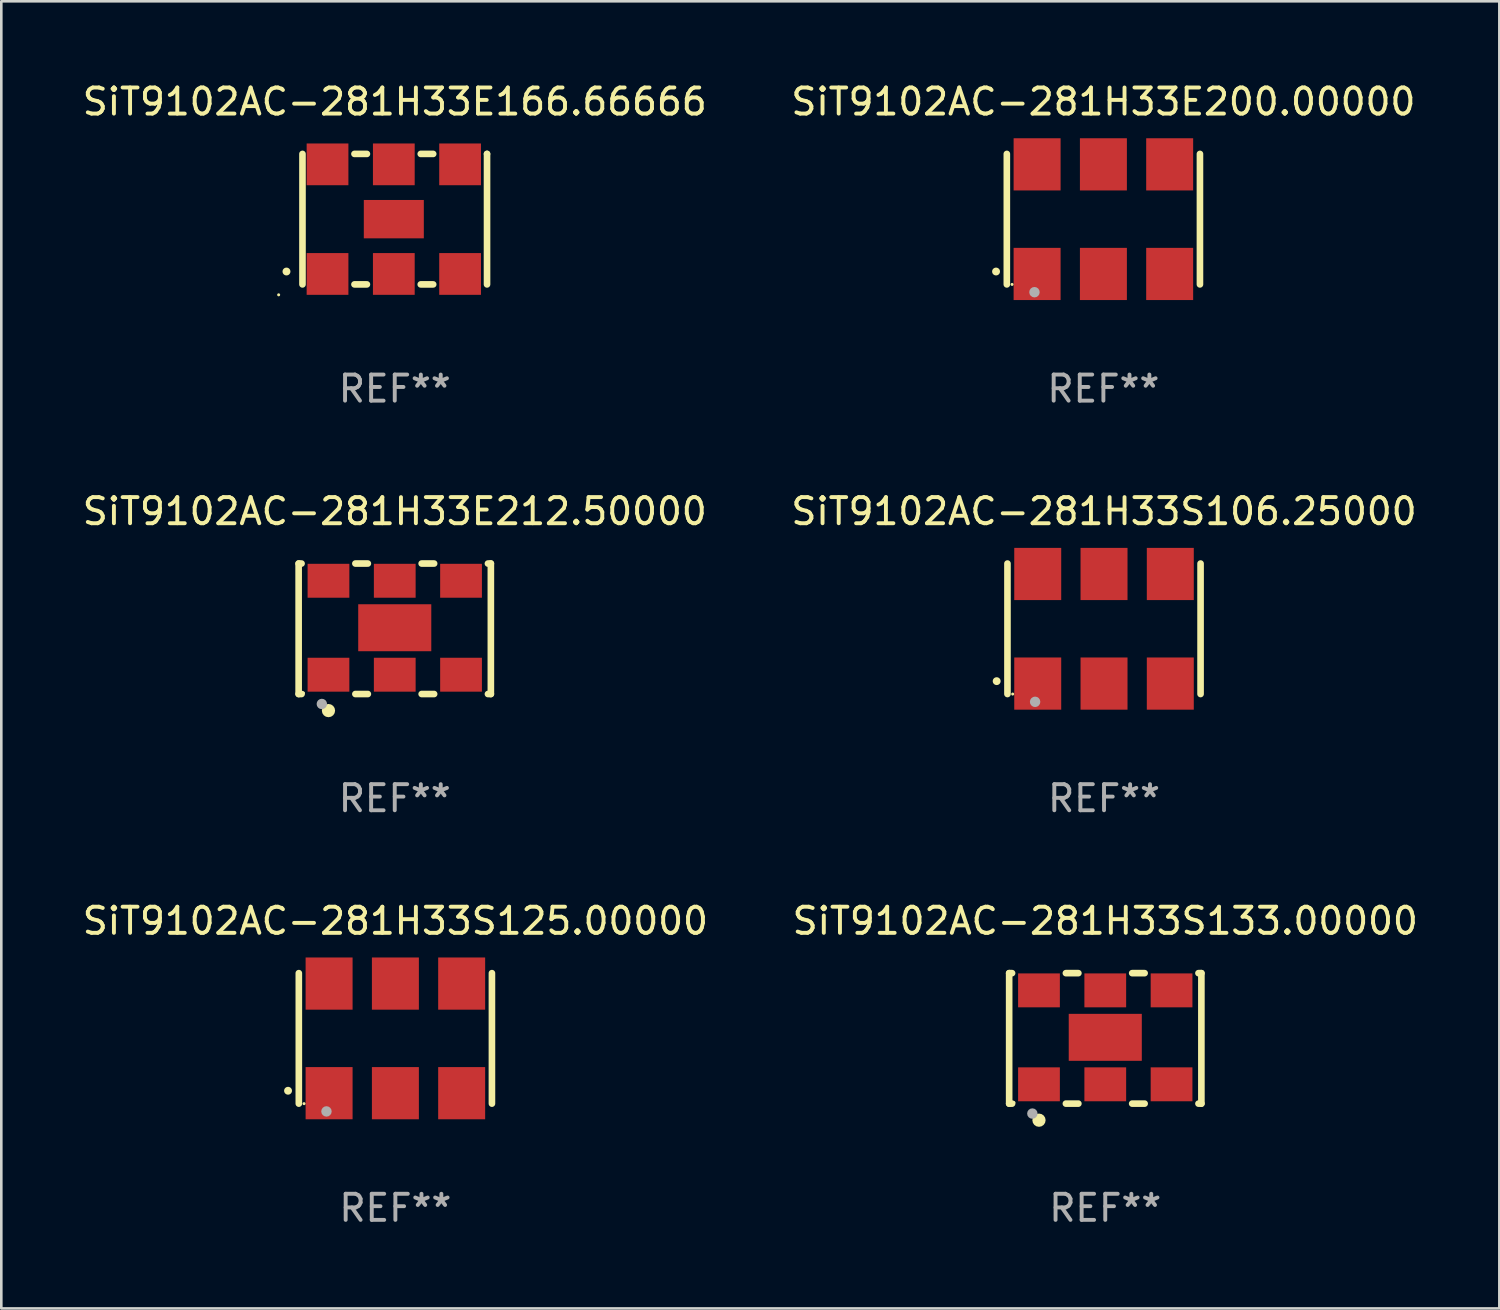
<source format=kicad_pcb>
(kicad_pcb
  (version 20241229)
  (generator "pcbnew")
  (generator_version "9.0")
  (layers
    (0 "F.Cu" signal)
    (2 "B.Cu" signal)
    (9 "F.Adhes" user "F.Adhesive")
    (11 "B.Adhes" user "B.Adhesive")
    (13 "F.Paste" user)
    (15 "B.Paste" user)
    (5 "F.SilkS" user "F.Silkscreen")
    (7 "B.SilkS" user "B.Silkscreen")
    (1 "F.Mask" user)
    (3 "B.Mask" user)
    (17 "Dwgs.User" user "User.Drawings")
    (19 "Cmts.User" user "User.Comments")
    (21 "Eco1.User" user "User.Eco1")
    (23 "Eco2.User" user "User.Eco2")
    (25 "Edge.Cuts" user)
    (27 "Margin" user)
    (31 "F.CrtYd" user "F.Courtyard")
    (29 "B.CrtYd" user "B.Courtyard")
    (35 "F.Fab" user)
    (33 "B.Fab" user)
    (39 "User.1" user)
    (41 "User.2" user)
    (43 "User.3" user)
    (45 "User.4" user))
  (footprint "SiT9102AC-281H33S133.00000"
    (layer "F.Cu")
    (at 39.304 36.741)
    (property "Reference" "SiT9102AC-281H33S133.00000" (at 0 -4.5 0) (layer "F.SilkS") (effects (font (size 1 1) (thickness 0.15))))
    (attr through_hole)
    (fp_line (start -3.683 -2.5) (end -3.571 -2.5) (stroke (width 0.254) (type solid)) (layer "F.SilkS"))
    (fp_line (start -3.683 2.5) (end -3.683 -2.5) (stroke (width 0.254) (type solid)) (layer "F.SilkS"))
    (fp_line (start -3.683 2.5) (end -3.571 2.5) (stroke (width 0.254) (type solid)) (layer "F.SilkS"))
    (fp_line (start -1.509 -2.5) (end -1.031 -2.5) (stroke (width 0.254) (type solid)) (layer "F.SilkS"))
    (fp_line (start -1.509 2.5) (end -1.031 2.5) (stroke (width 0.254) (type solid)) (layer "F.SilkS"))
    (fp_line (start 1.031 -2.5) (end 1.509 -2.5) (stroke (width 0.254) (type solid)) (layer "F.SilkS"))
    (fp_line (start 1.031 2.5) (end 1.509 2.5) (stroke (width 0.254) (type solid)) (layer "F.SilkS"))
    (fp_line (start 3.571 -2.5) (end 3.683 -2.5) (stroke (width 0.254) (type solid)) (layer "F.SilkS"))
    (fp_line (start 3.571 2.5) (end 3.683 2.5) (stroke (width 0.254) (type solid)) (layer "F.SilkS"))
    (fp_line (start 3.683 2.5) (end 3.683 -2.5) (stroke (width 0.254) (type solid)) (layer "F.SilkS"))
    (fp_circle (center -3.5 2.46) (end -3.47 2.46) (stroke (width 0.06) (type solid)) (fill no) (layer "F.SilkS"))
    (fp_circle (center -2.54 3.135) (end -2.413 3.135) (stroke (width 0.254) (type solid)) (fill no) (layer "F.SilkS"))
    (fp_circle (center -2.794 2.881) (end -2.694 2.881) (stroke (width 0.2) (type solid)) (fill no) (layer "F.Fab"))
    (fp_text user "REF**" (at 0 6.5 0) (layer "F.Fab") (effects (font (size 1 1) (thickness 0.15))))
    (pad "1" smd rect (at -2.54 1.76) (size 1.6 1.3) (layers "F.Cu" "F.Mask" "F.Paste"))
    (pad "2" smd rect (at 0 1.76) (size 1.6 1.3) (layers "F.Cu" "F.Mask" "F.Paste"))
    (pad "3" smd rect (at 2.54 1.76) (size 1.6 1.3) (layers "F.Cu" "F.Mask" "F.Paste"))
    (pad "4" smd rect (at 2.54 -1.84) (size 1.6 1.3) (layers "F.Cu" "F.Mask" "F.Paste"))
    (pad "5" smd rect (at 0 -1.84) (size 1.6 1.3) (layers "F.Cu" "F.Mask" "F.Paste"))
    (pad "6" smd rect (at -2.54 -1.84) (size 1.6 1.3) (layers "F.Cu" "F.Mask" "F.Paste"))
    (pad "7" smd rect (at 0 -0.04) (size 2.8 1.8) (layers "F.Cu" "F.Mask" "F.Paste")))
  (footprint "SiT9102AC-281H33S106.25000"
    (layer "F.Cu")
    (at 39.256 21.045)
    (property "Reference" "SiT9102AC-281H33S106.25000" (at 0 -4.5 0) (layer "F.SilkS") (effects (font (size 1 1) (thickness 0.15))))
    (attr through_hole)
    (fp_line (start -3.7 -2.5) (end -3.7 2.5) (stroke (width 0.254) (type solid)) (layer "F.SilkS"))
    (fp_line (start 3.7 -2.5) (end 3.7 2.5) (stroke (width 0.254) (type solid)) (layer "F.SilkS"))
    (fp_arc (start -4.114415 2.006604) (mid -4.113145 2.006599) (end -4.111875 2.006604) (stroke (width 0.3) (type solid)) (layer "F.SilkS"))
    (fp_circle (center -3.5 2.501) (end -3.47 2.501) (stroke (width 0.06) (type solid)) (fill no) (layer "F.SilkS"))
    (fp_circle (center -2.641 2.799) (end -2.541 2.799) (stroke (width 0.2) (type solid)) (fill no) (layer "F.Fab"))
    (fp_text user "REF**" (at 0 6.5 0) (layer "F.Fab") (effects (font (size 1 1) (thickness 0.15))))
    (pad "1" smd rect (at -2.54 2.1) (size 1.8 2) (layers "F.Cu" "F.Mask" "F.Paste"))
    (pad "2" smd rect (at 0.000394 2.1) (size 1.8 2) (layers "F.Cu" "F.Mask" "F.Paste"))
    (pad "3" smd rect (at 2.54 2.1) (size 1.8 2) (layers "F.Cu" "F.Mask" "F.Paste"))
    (pad "4" smd rect (at 2.54 -2.1) (size 1.8 2) (layers "F.Cu" "F.Mask" "F.Paste"))
    (pad "5" smd rect (at 0.000394 -2.1) (size 1.8 2) (layers "F.Cu" "F.Mask" "F.Paste"))
    (pad "6" smd rect (at -2.54 -2.1) (size 1.8 2) (layers "F.Cu" "F.Mask" "F.Paste")))
  (footprint "SiT9102AC-281H33S125.00000"
    (layer "F.Cu")
    (at 12.101 36.741)
    (property "Reference" "SiT9102AC-281H33S125.00000" (at 0 -4.5 0) (layer "F.SilkS") (effects (font (size 1 1) (thickness 0.15))))
    (attr through_hole)
    (fp_line (start -3.7 -2.5) (end -3.7 2.5) (stroke (width 0.254) (type solid)) (layer "F.SilkS"))
    (fp_line (start 3.7 -2.5) (end 3.7 2.5) (stroke (width 0.254) (type solid)) (layer "F.SilkS"))
    (fp_arc (start -4.114415 2.006604) (mid -4.113145 2.006599) (end -4.111875 2.006604) (stroke (width 0.3) (type solid)) (layer "F.SilkS"))
    (fp_circle (center -3.5 2.501) (end -3.47 2.501) (stroke (width 0.06) (type solid)) (fill no) (layer "F.SilkS"))
    (fp_circle (center -2.641 2.799) (end -2.541 2.799) (stroke (width 0.2) (type solid)) (fill no) (layer "F.Fab"))
    (fp_text user "REF**" (at 0 6.5 0) (layer "F.Fab") (effects (font (size 1 1) (thickness 0.15))))
    (pad "1" smd rect (at -2.54 2.1) (size 1.8 2) (layers "F.Cu" "F.Mask" "F.Paste"))
    (pad "2" smd rect (at 0.000394 2.1) (size 1.8 2) (layers "F.Cu" "F.Mask" "F.Paste"))
    (pad "3" smd rect (at 2.54 2.1) (size 1.8 2) (layers "F.Cu" "F.Mask" "F.Paste"))
    (pad "4" smd rect (at 2.54 -2.1) (size 1.8 2) (layers "F.Cu" "F.Mask" "F.Paste"))
    (pad "5" smd rect (at 0.000394 -2.1) (size 1.8 2) (layers "F.Cu" "F.Mask" "F.Paste"))
    (pad "6" smd rect (at -2.54 -2.1) (size 1.8 2) (layers "F.Cu" "F.Mask" "F.Paste")))
  (footprint "SiT9102AC-281H33E166.66666"
    (layer "F.Cu")
    (at 12.077 5.348)
    (property "Reference" "SiT9102AC-281H33E166.66666" (at 0 -4.5 0) (layer "F.SilkS") (effects (font (size 1 1) (thickness 0.15))))
    (attr through_hole)
    (fp_line (start -3.536 -2.5) (end -3.536 2.5) (stroke (width 0.254) (type solid)) (layer "F.SilkS"))
    (fp_line (start -1.544 2.5) (end -1.067 2.5) (stroke (width 0.254) (type solid)) (layer "F.SilkS"))
    (fp_line (start -1.067 -2.5) (end -1.544 -2.5) (stroke (width 0.254) (type solid)) (layer "F.SilkS"))
    (fp_line (start 0.996 2.5) (end 1.473 2.5) (stroke (width 0.254) (type solid)) (layer "F.SilkS"))
    (fp_line (start 1.473 -2.5) (end 0.996 -2.5) (stroke (width 0.254) (type solid)) (layer "F.SilkS"))
    (fp_line (start 3.536 -2.5) (end 3.536 -2.5) (stroke (width 0.254) (type solid)) (layer "F.SilkS"))
    (fp_line (start 3.536 2.5) (end 3.536 -2.5) (stroke (width 0.254) (type solid)) (layer "F.SilkS"))
    (fp_arc (start -4.150432 2.006604) (mid -4.149162 2.006599) (end -4.147892 2.006604) (stroke (width 0.3) (type solid)) (layer "F.SilkS"))
    (fp_circle (center -4.449 2.9) (end -4.419 2.9) (stroke (width 0.06) (type solid)) (fill no) (layer "F.SilkS"))
    (fp_text user "REF**" (at 0 6.5 0) (layer "F.Fab") (effects (font (size 1 1) (thickness 0.15))))
    (pad "1" smd rect (at -2.576 2.1) (size 1.6 1.6) (layers "F.Cu" "F.Mask" "F.Paste"))
    (pad "2" smd rect (at -0.036 2.1) (size 1.6 1.6) (layers "F.Cu" "F.Mask" "F.Paste"))
    (pad "3" smd rect (at 2.504 2.1) (size 1.6 1.6) (layers "F.Cu" "F.Mask" "F.Paste"))
    (pad "4" smd rect (at 2.504 -2.1) (size 1.6 1.6) (layers "F.Cu" "F.Mask" "F.Paste"))
    (pad "5" smd rect (at -0.036 -2.1) (size 1.6 1.6) (layers "F.Cu" "F.Mask" "F.Paste"))
    (pad "6" smd rect (at -2.576 -2.1) (size 1.6 1.6) (layers "F.Cu" "F.Mask" "F.Paste"))
    (pad "7" smd rect (at -0.036 0) (size 2.3 1.47) (layers "F.Cu" "F.Mask" "F.Paste")))
  (footprint "SiT9102AC-281H33E200.00000"
    (layer "F.Cu")
    (at 39.232 5.348)
    (property "Reference" "SiT9102AC-281H33E200.00000" (at 0 -4.5 0) (layer "F.SilkS") (effects (font (size 1 1) (thickness 0.15))))
    (attr through_hole)
    (fp_line (start -3.7 -2.5) (end -3.7 2.5) (stroke (width 0.254) (type solid)) (layer "F.SilkS"))
    (fp_line (start 3.7 -2.5) (end 3.7 2.5) (stroke (width 0.254) (type solid)) (layer "F.SilkS"))
    (fp_arc (start -4.114415 2.006604) (mid -4.113145 2.006599) (end -4.111875 2.006604) (stroke (width 0.3) (type solid)) (layer "F.SilkS"))
    (fp_circle (center -3.5 2.501) (end -3.47 2.501) (stroke (width 0.06) (type solid)) (fill no) (layer "F.SilkS"))
    (fp_circle (center -2.641 2.799) (end -2.541 2.799) (stroke (width 0.2) (type solid)) (fill no) (layer "F.Fab"))
    (fp_text user "REF**" (at 0 6.5 0) (layer "F.Fab") (effects (font (size 1 1) (thickness 0.15))))
    (pad "1" smd rect (at -2.54 2.1) (size 1.8 2) (layers "F.Cu" "F.Mask" "F.Paste"))
    (pad "2" smd rect (at 0.000394 2.1) (size 1.8 2) (layers "F.Cu" "F.Mask" "F.Paste"))
    (pad "3" smd rect (at 2.54 2.1) (size 1.8 2) (layers "F.Cu" "F.Mask" "F.Paste"))
    (pad "4" smd rect (at 2.54 -2.1) (size 1.8 2) (layers "F.Cu" "F.Mask" "F.Paste"))
    (pad "5" smd rect (at 0.000394 -2.1) (size 1.8 2) (layers "F.Cu" "F.Mask" "F.Paste"))
    (pad "6" smd rect (at -2.54 -2.1) (size 1.8 2) (layers "F.Cu" "F.Mask" "F.Paste")))
  (footprint "SiT9102AC-281H33E212.50000"
    (layer "F.Cu")
    (at 12.077 21.045)
    (property "Reference" "SiT9102AC-281H33E212.50000" (at 0 -4.5 0) (layer "F.SilkS") (effects (font (size 1 1) (thickness 0.15))))
    (attr through_hole)
    (fp_line (start -3.683 -2.5) (end -3.571 -2.5) (stroke (width 0.254) (type solid)) (layer "F.SilkS"))
    (fp_line (start -3.683 2.5) (end -3.683 -2.5) (stroke (width 0.254) (type solid)) (layer "F.SilkS"))
    (fp_line (start -3.683 2.5) (end -3.571 2.5) (stroke (width 0.254) (type solid)) (layer "F.SilkS"))
    (fp_line (start -1.509 -2.5) (end -1.031 -2.5) (stroke (width 0.254) (type solid)) (layer "F.SilkS"))
    (fp_line (start -1.509 2.5) (end -1.031 2.5) (stroke (width 0.254) (type solid)) (layer "F.SilkS"))
    (fp_line (start 1.031 -2.5) (end 1.509 -2.5) (stroke (width 0.254) (type solid)) (layer "F.SilkS"))
    (fp_line (start 1.031 2.5) (end 1.509 2.5) (stroke (width 0.254) (type solid)) (layer "F.SilkS"))
    (fp_line (start 3.571 -2.5) (end 3.683 -2.5) (stroke (width 0.254) (type solid)) (layer "F.SilkS"))
    (fp_line (start 3.571 2.5) (end 3.683 2.5) (stroke (width 0.254) (type solid)) (layer "F.SilkS"))
    (fp_line (start 3.683 2.5) (end 3.683 -2.5) (stroke (width 0.254) (type solid)) (layer "F.SilkS"))
    (fp_circle (center -3.5 2.46) (end -3.47 2.46) (stroke (width 0.06) (type solid)) (fill no) (layer "F.SilkS"))
    (fp_circle (center -2.54 3.135) (end -2.413 3.135) (stroke (width 0.254) (type solid)) (fill no) (layer "F.SilkS"))
    (fp_circle (center -2.794 2.881) (end -2.694 2.881) (stroke (width 0.2) (type solid)) (fill no) (layer "F.Fab"))
    (fp_text user "REF**" (at 0 6.5 0) (layer "F.Fab") (effects (font (size 1 1) (thickness 0.15))))
    (pad "1" smd rect (at -2.54 1.76) (size 1.6 1.3) (layers "F.Cu" "F.Mask" "F.Paste"))
    (pad "2" smd rect (at 0 1.76) (size 1.6 1.3) (layers "F.Cu" "F.Mask" "F.Paste"))
    (pad "3" smd rect (at 2.54 1.76) (size 1.6 1.3) (layers "F.Cu" "F.Mask" "F.Paste"))
    (pad "4" smd rect (at 2.54 -1.84) (size 1.6 1.3) (layers "F.Cu" "F.Mask" "F.Paste"))
    (pad "5" smd rect (at 0 -1.84) (size 1.6 1.3) (layers "F.Cu" "F.Mask" "F.Paste"))
    (pad "6" smd rect (at -2.54 -1.84) (size 1.6 1.3) (layers "F.Cu" "F.Mask" "F.Paste"))
    (pad "7" smd rect (at 0 -0.04) (size 2.8 1.8) (layers "F.Cu" "F.Mask" "F.Paste")))
  (gr_rect
    (start -3 -3)
    (end 54.405 47.09)
    (stroke (width 0.1) (type default))
    (fill no)
    (layer "Edge.Cuts")))
</source>
